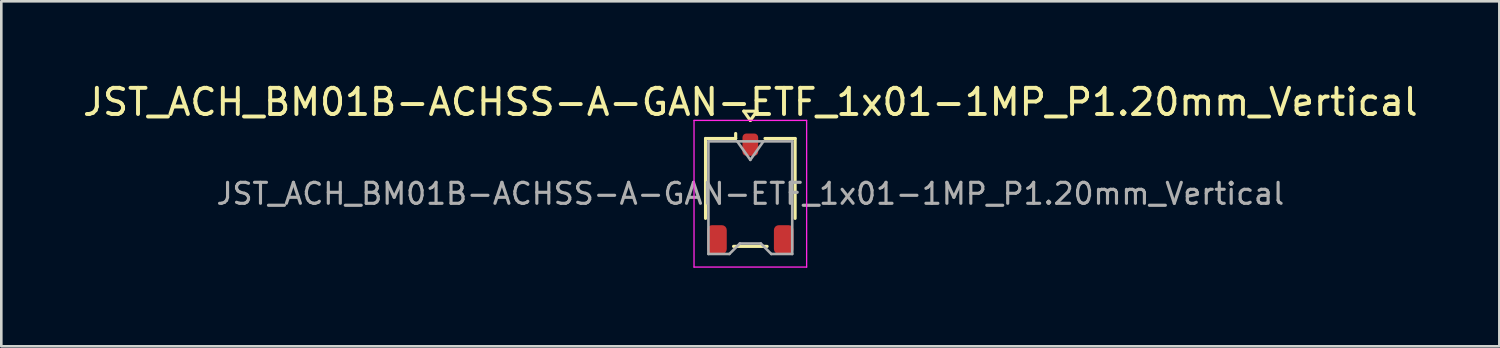
<source format=kicad_pcb>
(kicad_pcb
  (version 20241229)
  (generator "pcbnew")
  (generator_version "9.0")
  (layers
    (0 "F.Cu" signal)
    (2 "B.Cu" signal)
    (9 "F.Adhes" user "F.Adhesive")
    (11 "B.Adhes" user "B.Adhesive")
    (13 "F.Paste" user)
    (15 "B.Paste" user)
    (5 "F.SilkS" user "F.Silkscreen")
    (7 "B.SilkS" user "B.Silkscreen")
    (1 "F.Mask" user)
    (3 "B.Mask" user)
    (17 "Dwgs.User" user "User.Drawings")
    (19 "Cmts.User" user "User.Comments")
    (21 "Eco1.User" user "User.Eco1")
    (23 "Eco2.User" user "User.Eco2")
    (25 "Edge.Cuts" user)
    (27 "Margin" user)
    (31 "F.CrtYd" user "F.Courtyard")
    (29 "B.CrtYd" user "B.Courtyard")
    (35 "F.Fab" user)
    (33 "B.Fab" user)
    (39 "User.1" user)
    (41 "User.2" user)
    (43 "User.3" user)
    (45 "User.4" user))
  (footprint "JST_ACH_BM01B-ACHSS-A-GAN-ETF_1x01-1MP_P1.20mm_Vertical"
    (layer "F.Cu")
    (at 25.601 4.348)
    (property "Reference" "JST_ACH_BM01B-ACHSS-A-GAN-ETF_1x01-1MP_P1.20mm_Vertical" (at 0 -3.5 0) (layer "F.SilkS") (effects (font (size 1 1) (thickness 0.15))))
    (attr smd)
    (fp_line (start -1.71 -2.11) (end -0.56 -2.11) (stroke (width 0.12) (type solid)) (layer "F.SilkS"))
    (fp_line (start -1.71 0.94) (end -1.71 -2.11) (stroke (width 0.12) (type solid)) (layer "F.SilkS"))
    (fp_line (start -0.64 2.01) (end 0.64 2.01) (stroke (width 0.12) (type solid)) (layer "F.SilkS"))
    (fp_line (start -0.56 -2.11) (end -0.56 -2.3) (stroke (width 0.12) (type solid)) (layer "F.SilkS"))
    (fp_line (start -0.25 -3.154) (end 0 -2.8) (stroke (width 0.12) (type solid)) (layer "F.SilkS"))
    (fp_line (start 0 -2.8) (end 0.25 -3.154) (stroke (width 0.12) (type solid)) (layer "F.SilkS"))
    (fp_line (start 0.25 -3.154) (end -0.25 -3.154) (stroke (width 0.12) (type solid)) (layer "F.SilkS"))
    (fp_line (start 1.71 -2.11) (end 0.56 -2.11) (stroke (width 0.12) (type solid)) (layer "F.SilkS"))
    (fp_line (start 1.71 0.94) (end 1.71 -2.11) (stroke (width 0.12) (type solid)) (layer "F.SilkS"))
    (fp_line (start -2.15 -2.8) (end -2.15 2.8) (stroke (width 0.05) (type solid)) (layer "F.CrtYd"))
    (fp_line (start -2.15 2.8) (end 2.15 2.8) (stroke (width 0.05) (type solid)) (layer "F.CrtYd"))
    (fp_line (start 2.15 -2.8) (end -2.15 -2.8) (stroke (width 0.05) (type solid)) (layer "F.CrtYd"))
    (fp_line (start 2.15 2.8) (end 2.15 -2.8) (stroke (width 0.05) (type solid)) (layer "F.CrtYd"))
    (fp_line (start -1.6 -2) (end -1.6 2.3) (stroke (width 0.1) (type solid)) (layer "F.Fab"))
    (fp_line (start -1.6 -2) (end 1.6 -2) (stroke (width 0.1) (type solid)) (layer "F.Fab"))
    (fp_line (start -1.6 2.3) (end -0.8 2.3) (stroke (width 0.1) (type solid)) (layer "F.Fab"))
    (fp_line (start -0.8 2.3) (end -0.4 1.9) (stroke (width 0.1) (type solid)) (layer "F.Fab"))
    (fp_line (start -0.5 -2) (end 0 -1.293) (stroke (width 0.1) (type solid)) (layer "F.Fab"))
    (fp_line (start -0.4 1.9) (end 0.4 1.9) (stroke (width 0.1) (type solid)) (layer "F.Fab"))
    (fp_line (start 0 -1.293) (end 0.5 -2) (stroke (width 0.1) (type solid)) (layer "F.Fab"))
    (fp_line (start 0.4 1.9) (end 0.8 2.3) (stroke (width 0.1) (type solid)) (layer "F.Fab"))
    (fp_line (start 0.8 2.3) (end 1.6 2.3) (stroke (width 0.1) (type solid)) (layer "F.Fab"))
    (fp_line (start 1.6 -2) (end 1.6 2.3) (stroke (width 0.1) (type solid)) (layer "F.Fab"))
    (fp_text user "${REFERENCE}" (at 0 0 0) (layer "F.Fab") (effects (font (size 0.8 0.8) (thickness 0.12))))
    (pad "1" smd roundrect (at 0 -1.875) (size 0.6 0.85) (layers "F.Cu" "F.Mask" "F.Paste") (roundrect_rratio 0.25))
    (pad "MP" smd roundrect (at -1.275 1.75) (size 0.75 1.1) (layers "F.Cu" "F.Mask" "F.Paste") (roundrect_rratio 0.25))
    (pad "MP" smd roundrect (at 1.275 1.75) (size 0.75 1.1) (layers "F.Cu" "F.Mask" "F.Paste") (roundrect_rratio 0.25)))
  (gr_rect
    (start -3 -3)
    (end 54.202 10.173)
    (stroke (width 0.1) (type default))
    (fill no)
    (layer "Edge.Cuts")))
</source>
